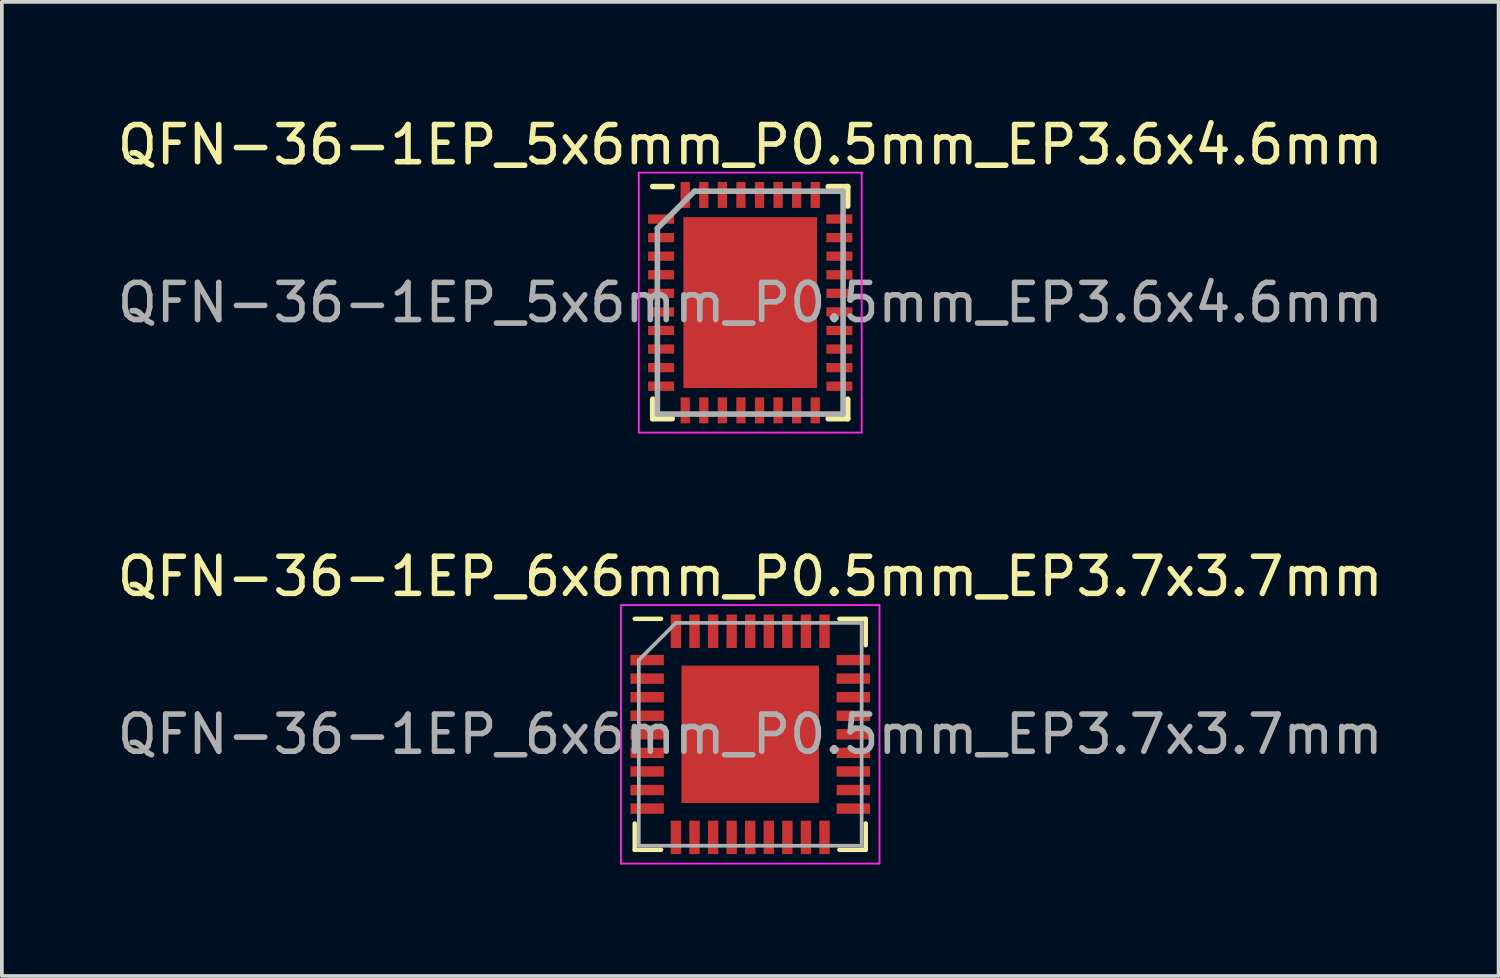
<source format=kicad_pcb>
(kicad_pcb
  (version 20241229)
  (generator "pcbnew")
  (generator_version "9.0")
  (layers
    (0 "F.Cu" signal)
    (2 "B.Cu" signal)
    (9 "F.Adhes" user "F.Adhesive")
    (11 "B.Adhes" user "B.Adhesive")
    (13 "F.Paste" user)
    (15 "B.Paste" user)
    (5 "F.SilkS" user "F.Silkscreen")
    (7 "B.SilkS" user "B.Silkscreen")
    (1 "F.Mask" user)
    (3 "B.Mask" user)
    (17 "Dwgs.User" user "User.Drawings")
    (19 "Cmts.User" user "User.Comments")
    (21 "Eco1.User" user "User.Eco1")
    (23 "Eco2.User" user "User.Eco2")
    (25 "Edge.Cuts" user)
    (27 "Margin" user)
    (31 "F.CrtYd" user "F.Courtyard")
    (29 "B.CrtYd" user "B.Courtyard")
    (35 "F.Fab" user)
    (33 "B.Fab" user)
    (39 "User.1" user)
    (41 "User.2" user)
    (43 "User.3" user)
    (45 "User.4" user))
  (footprint "QFN-36-1EP_6x6mm_P0.5mm_EP3.7x3.7mm"
    (layer "F.Cu")
    (at 17.149 16.721)
    (property "Reference" "QFN-36-1EP_6x6mm_P0.5mm_EP3.7x3.7mm" (at 0 -4.25 0) (layer "F.SilkS") (effects (font (size 1 1) (thickness 0.15))))
    (attr smd)
    (fp_line (start -3.11 3.11) (end -3.11 2.4) (stroke (width 0.12) (type solid)) (layer "F.SilkS"))
    (fp_line (start -3.11 3.11) (end -2.4 3.11) (stroke (width 0.12) (type solid)) (layer "F.SilkS"))
    (fp_line (start -2.4 -3.11) (end -3.11 -3.11) (stroke (width 0.12) (type solid)) (layer "F.SilkS"))
    (fp_line (start 3.11 -3.11) (end 2.4 -3.11) (stroke (width 0.12) (type solid)) (layer "F.SilkS"))
    (fp_line (start 3.11 -3.11) (end 3.11 -2.4) (stroke (width 0.12) (type solid)) (layer "F.SilkS"))
    (fp_line (start 3.11 3.11) (end 2.4 3.11) (stroke (width 0.12) (type solid)) (layer "F.SilkS"))
    (fp_line (start 3.11 3.11) (end 3.11 2.4) (stroke (width 0.12) (type solid)) (layer "F.SilkS"))
    (fp_line (start -3.48 -3.48) (end -3.48 3.48) (stroke (width 0.05) (type solid)) (layer "F.CrtYd"))
    (fp_line (start -3.48 -3.48) (end 3.48 -3.48) (stroke (width 0.05) (type solid)) (layer "F.CrtYd"))
    (fp_line (start -3.48 3.48) (end 3.48 3.48) (stroke (width 0.05) (type solid)) (layer "F.CrtYd"))
    (fp_line (start 3.48 -3.48) (end 3.48 3.48) (stroke (width 0.05) (type solid)) (layer "F.CrtYd"))
    (fp_line (start -3 -2) (end -2 -3) (stroke (width 0.1) (type solid)) (layer "F.Fab"))
    (fp_line (start -3 3) (end -3 -2) (stroke (width 0.1) (type solid)) (layer "F.Fab"))
    (fp_line (start -2 -3) (end 3 -3) (stroke (width 0.1) (type solid)) (layer "F.Fab"))
    (fp_line (start 3 -3) (end 3 3) (stroke (width 0.1) (type solid)) (layer "F.Fab"))
    (fp_line (start 3 3) (end -3 3) (stroke (width 0.1) (type solid)) (layer "F.Fab"))
    (fp_text user "${REFERENCE}" (at 0 0 0) (layer "F.Fab") (effects (font (size 1 1) (thickness 0.15))))
    (pad "" smd rect (at -1.387 -1.387) (size 0.75 0.75) (layers "F.Paste"))
    (pad "" smd rect (at -1.387 -0.463) (size 0.75 0.75) (layers "F.Paste"))
    (pad "" smd rect (at -1.387 0.463) (size 0.75 0.75) (layers "F.Paste"))
    (pad "" smd rect (at -1.387 1.387) (size 0.75 0.75) (layers "F.Paste"))
    (pad "" smd rect (at -0.463 -1.387) (size 0.75 0.75) (layers "F.Paste"))
    (pad "" smd rect (at -0.463 -0.463) (size 0.75 0.75) (layers "F.Paste"))
    (pad "" smd rect (at -0.463 0.463) (size 0.75 0.75) (layers "F.Paste"))
    (pad "" smd rect (at -0.463 1.387) (size 0.75 0.75) (layers "F.Paste"))
    (pad "" smd rect (at 0.463 -1.387) (size 0.75 0.75) (layers "F.Paste"))
    (pad "" smd rect (at 0.463 -0.463) (size 0.75 0.75) (layers "F.Paste"))
    (pad "" smd rect (at 0.463 0.463) (size 0.75 0.75) (layers "F.Paste"))
    (pad "" smd rect (at 0.463 1.387) (size 0.75 0.75) (layers "F.Paste"))
    (pad "" smd rect (at 1.387 -1.387) (size 0.75 0.75) (layers "F.Paste"))
    (pad "" smd rect (at 1.387 -0.463) (size 0.75 0.75) (layers "F.Paste"))
    (pad "" smd rect (at 1.387 0.463) (size 0.75 0.75) (layers "F.Paste"))
    (pad "" smd rect (at 1.387 1.387) (size 0.75 0.75) (layers "F.Paste"))
    (pad "1" smd rect (at -2.775 -2) (size 0.9 0.28) (layers "F.Cu" "F.Mask" "F.Paste"))
    (pad "2" smd rect (at -2.775 -1.5) (size 0.9 0.28) (layers "F.Cu" "F.Mask" "F.Paste"))
    (pad "3" smd rect (at -2.775 -1) (size 0.9 0.28) (layers "F.Cu" "F.Mask" "F.Paste"))
    (pad "4" smd rect (at -2.775 -0.5) (size 0.9 0.28) (layers "F.Cu" "F.Mask" "F.Paste"))
    (pad "5" smd rect (at -2.775 0) (size 0.9 0.28) (layers "F.Cu" "F.Mask" "F.Paste"))
    (pad "6" smd rect (at -2.775 0.5) (size 0.9 0.28) (layers "F.Cu" "F.Mask" "F.Paste"))
    (pad "7" smd rect (at -2.775 1) (size 0.9 0.28) (layers "F.Cu" "F.Mask" "F.Paste"))
    (pad "8" smd rect (at -2.775 1.5) (size 0.9 0.28) (layers "F.Cu" "F.Mask" "F.Paste"))
    (pad "9" smd rect (at -2.775 2) (size 0.9 0.28) (layers "F.Cu" "F.Mask" "F.Paste"))
    (pad "10" smd rect (at -2 2.775 90) (size 0.9 0.28) (layers "F.Cu" "F.Mask" "F.Paste"))
    (pad "11" smd rect (at -1.5 2.775 90) (size 0.9 0.28) (layers "F.Cu" "F.Mask" "F.Paste"))
    (pad "12" smd rect (at -1 2.775 90) (size 0.9 0.28) (layers "F.Cu" "F.Mask" "F.Paste"))
    (pad "13" smd rect (at -0.5 2.775 90) (size 0.9 0.28) (layers "F.Cu" "F.Mask" "F.Paste"))
    (pad "14" smd rect (at 0 2.775 90) (size 0.9 0.28) (layers "F.Cu" "F.Mask" "F.Paste"))
    (pad "15" smd rect (at 0.5 2.775 90) (size 0.9 0.28) (layers "F.Cu" "F.Mask" "F.Paste"))
    (pad "16" smd rect (at 1 2.775 90) (size 0.9 0.28) (layers "F.Cu" "F.Mask" "F.Paste"))
    (pad "17" smd rect (at 1.5 2.775 90) (size 0.9 0.28) (layers "F.Cu" "F.Mask" "F.Paste"))
    (pad "18" smd rect (at 2 2.775 90) (size 0.9 0.28) (layers "F.Cu" "F.Mask" "F.Paste"))
    (pad "19" smd rect (at 2.775 2) (size 0.9 0.28) (layers "F.Cu" "F.Mask" "F.Paste"))
    (pad "20" smd rect (at 2.775 1.5) (size 0.9 0.28) (layers "F.Cu" "F.Mask" "F.Paste"))
    (pad "21" smd rect (at 2.775 1) (size 0.9 0.28) (layers "F.Cu" "F.Mask" "F.Paste"))
    (pad "22" smd rect (at 2.775 0.5) (size 0.9 0.28) (layers "F.Cu" "F.Mask" "F.Paste"))
    (pad "23" smd rect (at 2.775 0) (size 0.9 0.28) (layers "F.Cu" "F.Mask" "F.Paste"))
    (pad "24" smd rect (at 2.775 -0.5) (size 0.9 0.28) (layers "F.Cu" "F.Mask" "F.Paste"))
    (pad "25" smd rect (at 2.775 -1) (size 0.9 0.28) (layers "F.Cu" "F.Mask" "F.Paste"))
    (pad "26" smd rect (at 2.775 -1.5) (size 0.9 0.28) (layers "F.Cu" "F.Mask" "F.Paste"))
    (pad "27" smd rect (at 2.775 -2) (size 0.9 0.28) (layers "F.Cu" "F.Mask" "F.Paste"))
    (pad "28" smd rect (at 2 -2.775 90) (size 0.9 0.28) (layers "F.Cu" "F.Mask" "F.Paste"))
    (pad "29" smd rect (at 1.5 -2.775 90) (size 0.9 0.28) (layers "F.Cu" "F.Mask" "F.Paste"))
    (pad "30" smd rect (at 1 -2.775 90) (size 0.9 0.28) (layers "F.Cu" "F.Mask" "F.Paste"))
    (pad "31" smd rect (at 0.5 -2.775 90) (size 0.9 0.28) (layers "F.Cu" "F.Mask" "F.Paste"))
    (pad "32" smd rect (at 0 -2.775 90) (size 0.9 0.28) (layers "F.Cu" "F.Mask" "F.Paste"))
    (pad "33" smd rect (at -0.5 -2.775 90) (size 0.9 0.28) (layers "F.Cu" "F.Mask" "F.Paste"))
    (pad "34" smd rect (at -1 -2.775 90) (size 0.9 0.28) (layers "F.Cu" "F.Mask" "F.Paste"))
    (pad "35" smd rect (at -1.5 -2.775 90) (size 0.9 0.28) (layers "F.Cu" "F.Mask" "F.Paste"))
    (pad "36" smd rect (at -2 -2.775 90) (size 0.9 0.28) (layers "F.Cu" "F.Mask" "F.Paste"))
    (pad "37" smd rect (at 0 0) (size 3.7 3.7) (layers "F.Cu" "F.Mask")))
  (footprint "QFN-36-1EP_5x6mm_P0.5mm_EP3.6x4.6mm"
    (layer "F.Cu")
    (at 17.149 5.098)
    (property "Reference" "QFN-36-1EP_5x6mm_P0.5mm_EP3.6x4.6mm" (at 0 -4.25 0) (layer "F.SilkS") (effects (font (size 1 1) (thickness 0.15))))
    (attr smd)
    (fp_line (start -2.625 -3.125) (end -2.1 -3.125) (stroke (width 0.15) (type solid)) (layer "F.SilkS"))
    (fp_line (start -2.625 3.125) (end -2.625 2.6) (stroke (width 0.15) (type solid)) (layer "F.SilkS"))
    (fp_line (start -2.625 3.125) (end -2.1 3.125) (stroke (width 0.15) (type solid)) (layer "F.SilkS"))
    (fp_line (start 2.625 -3.125) (end 2.1 -3.125) (stroke (width 0.15) (type solid)) (layer "F.SilkS"))
    (fp_line (start 2.625 -3.125) (end 2.625 -2.6) (stroke (width 0.15) (type solid)) (layer "F.SilkS"))
    (fp_line (start 2.625 3.125) (end 2.1 3.125) (stroke (width 0.15) (type solid)) (layer "F.SilkS"))
    (fp_line (start 2.625 3.125) (end 2.625 2.6) (stroke (width 0.15) (type solid)) (layer "F.SilkS"))
    (fp_line (start -3 -3.5) (end -3 3.5) (stroke (width 0.05) (type solid)) (layer "F.CrtYd"))
    (fp_line (start -3 -3.5) (end 3 -3.5) (stroke (width 0.05) (type solid)) (layer "F.CrtYd"))
    (fp_line (start -3 3.5) (end 3 3.5) (stroke (width 0.05) (type solid)) (layer "F.CrtYd"))
    (fp_line (start 3 -3.5) (end 3 3.5) (stroke (width 0.05) (type solid)) (layer "F.CrtYd"))
    (fp_line (start -2.5 -2) (end -1.5 -3) (stroke (width 0.15) (type solid)) (layer "F.Fab"))
    (fp_line (start -2.5 3) (end -2.5 -2) (stroke (width 0.15) (type solid)) (layer "F.Fab"))
    (fp_line (start -1.5 -3) (end 2.5 -3) (stroke (width 0.15) (type solid)) (layer "F.Fab"))
    (fp_line (start 2.5 -3) (end 2.5 3) (stroke (width 0.15) (type solid)) (layer "F.Fab"))
    (fp_line (start 2.5 3) (end -2.5 3) (stroke (width 0.15) (type solid)) (layer "F.Fab"))
    (fp_text user "${REFERENCE}" (at 0 0 0) (layer "F.Fab") (effects (font (size 1 1) (thickness 0.15))))
    (pad "" smd rect (at -1.2 -1.725) (size 0.98 0.92) (layers "F.Paste"))
    (pad "" smd rect (at -1.2 -0.575) (size 0.98 0.92) (layers "F.Paste"))
    (pad "" smd rect (at -1.2 0.575) (size 0.98 0.92) (layers "F.Paste"))
    (pad "" smd rect (at -1.2 1.725) (size 0.98 0.92) (layers "F.Paste"))
    (pad "" smd rect (at 0 -1.725) (size 0.98 0.92) (layers "F.Paste"))
    (pad "" smd rect (at 0 -0.575) (size 0.98 0.92) (layers "F.Paste"))
    (pad "" smd rect (at 0 0.575) (size 0.98 0.92) (layers "F.Paste"))
    (pad "" smd rect (at 0 1.725) (size 0.98 0.92) (layers "F.Paste"))
    (pad "" smd rect (at 1.2 -1.725) (size 0.98 0.92) (layers "F.Paste"))
    (pad "" smd rect (at 1.2 -0.575) (size 0.98 0.92) (layers "F.Paste"))
    (pad "" smd rect (at 1.2 0.575) (size 0.98 0.92) (layers "F.Paste"))
    (pad "" smd rect (at 1.2 1.725) (size 0.98 0.92) (layers "F.Paste"))
    (pad "1" smd rect (at -2.4 -2.25) (size 0.7 0.25) (layers "F.Cu" "F.Mask" "F.Paste"))
    (pad "2" smd rect (at -2.4 -1.75) (size 0.7 0.25) (layers "F.Cu" "F.Mask" "F.Paste"))
    (pad "3" smd rect (at -2.4 -1.25) (size 0.7 0.25) (layers "F.Cu" "F.Mask" "F.Paste"))
    (pad "4" smd rect (at -2.4 -0.75) (size 0.7 0.25) (layers "F.Cu" "F.Mask" "F.Paste"))
    (pad "5" smd rect (at -2.4 -0.25) (size 0.7 0.25) (layers "F.Cu" "F.Mask" "F.Paste"))
    (pad "6" smd rect (at -2.4 0.25) (size 0.7 0.25) (layers "F.Cu" "F.Mask" "F.Paste"))
    (pad "7" smd rect (at -2.4 0.75) (size 0.7 0.25) (layers "F.Cu" "F.Mask" "F.Paste"))
    (pad "8" smd rect (at -2.4 1.25) (size 0.7 0.25) (layers "F.Cu" "F.Mask" "F.Paste"))
    (pad "9" smd rect (at -2.4 1.75) (size 0.7 0.25) (layers "F.Cu" "F.Mask" "F.Paste"))
    (pad "10" smd rect (at -2.4 2.25) (size 0.7 0.25) (layers "F.Cu" "F.Mask" "F.Paste"))
    (pad "11" smd rect (at -1.75 2.9 90) (size 0.7 0.25) (layers "F.Cu" "F.Mask" "F.Paste"))
    (pad "12" smd rect (at -1.25 2.9 90) (size 0.7 0.25) (layers "F.Cu" "F.Mask" "F.Paste"))
    (pad "13" smd rect (at -0.75 2.9 90) (size 0.7 0.25) (layers "F.Cu" "F.Mask" "F.Paste"))
    (pad "14" smd rect (at -0.25 2.9 90) (size 0.7 0.25) (layers "F.Cu" "F.Mask" "F.Paste"))
    (pad "15" smd rect (at 0.25 2.9 90) (size 0.7 0.25) (layers "F.Cu" "F.Mask" "F.Paste"))
    (pad "16" smd rect (at 0.75 2.9 90) (size 0.7 0.25) (layers "F.Cu" "F.Mask" "F.Paste"))
    (pad "17" smd rect (at 1.25 2.9 90) (size 0.7 0.25) (layers "F.Cu" "F.Mask" "F.Paste"))
    (pad "18" smd rect (at 1.75 2.9 90) (size 0.7 0.25) (layers "F.Cu" "F.Mask" "F.Paste"))
    (pad "19" smd rect (at 2.4 2.25) (size 0.7 0.25) (layers "F.Cu" "F.Mask" "F.Paste"))
    (pad "20" smd rect (at 2.4 1.75) (size 0.7 0.25) (layers "F.Cu" "F.Mask" "F.Paste"))
    (pad "21" smd rect (at 2.4 1.25) (size 0.7 0.25) (layers "F.Cu" "F.Mask" "F.Paste"))
    (pad "22" smd rect (at 2.4 0.75) (size 0.7 0.25) (layers "F.Cu" "F.Mask" "F.Paste"))
    (pad "23" smd rect (at 2.4 0.25) (size 0.7 0.25) (layers "F.Cu" "F.Mask" "F.Paste"))
    (pad "24" smd rect (at 2.4 -0.25) (size 0.7 0.25) (layers "F.Cu" "F.Mask" "F.Paste"))
    (pad "25" smd rect (at 2.4 -0.75) (size 0.7 0.25) (layers "F.Cu" "F.Mask" "F.Paste"))
    (pad "26" smd rect (at 2.4 -1.25) (size 0.7 0.25) (layers "F.Cu" "F.Mask" "F.Paste"))
    (pad "27" smd rect (at 2.4 -1.75) (size 0.7 0.25) (layers "F.Cu" "F.Mask" "F.Paste"))
    (pad "28" smd rect (at 2.4 -2.25) (size 0.7 0.25) (layers "F.Cu" "F.Mask" "F.Paste"))
    (pad "29" smd rect (at 1.75 -2.9 90) (size 0.7 0.25) (layers "F.Cu" "F.Mask" "F.Paste"))
    (pad "30" smd rect (at 1.25 -2.9 90) (size 0.7 0.25) (layers "F.Cu" "F.Mask" "F.Paste"))
    (pad "31" smd rect (at 0.75 -2.9 90) (size 0.7 0.25) (layers "F.Cu" "F.Mask" "F.Paste"))
    (pad "32" smd rect (at 0.25 -2.9 90) (size 0.7 0.25) (layers "F.Cu" "F.Mask" "F.Paste"))
    (pad "33" smd rect (at -0.25 -2.9 90) (size 0.7 0.25) (layers "F.Cu" "F.Mask" "F.Paste"))
    (pad "34" smd rect (at -0.75 -2.9 90) (size 0.7 0.25) (layers "F.Cu" "F.Mask" "F.Paste"))
    (pad "35" smd rect (at -1.25 -2.9 90) (size 0.7 0.25) (layers "F.Cu" "F.Mask" "F.Paste"))
    (pad "36" smd rect (at -1.75 -2.9 90) (size 0.7 0.25) (layers "F.Cu" "F.Mask" "F.Paste"))
    (pad "37" smd rect (at 0 0) (size 3.6 4.6) (layers "F.Cu" "F.Mask")))
  (gr_rect
    (start -3 -3)
    (end 37.298 23.227)
    (stroke (width 0.1) (type default))
    (fill no)
    (layer "Edge.Cuts")))
</source>
